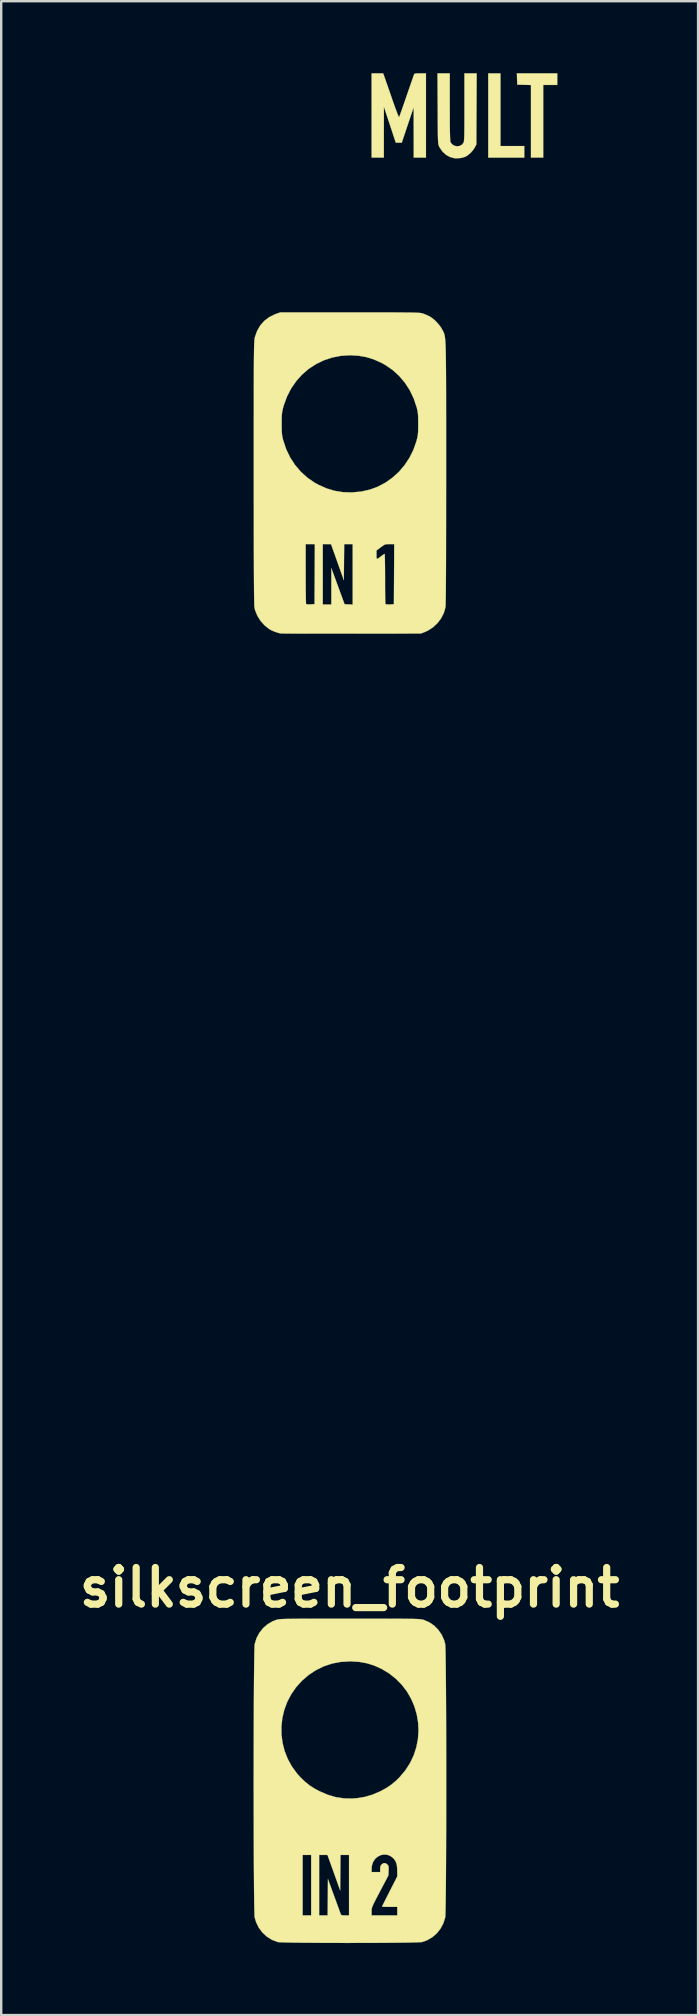
<source format=kicad_pcb>
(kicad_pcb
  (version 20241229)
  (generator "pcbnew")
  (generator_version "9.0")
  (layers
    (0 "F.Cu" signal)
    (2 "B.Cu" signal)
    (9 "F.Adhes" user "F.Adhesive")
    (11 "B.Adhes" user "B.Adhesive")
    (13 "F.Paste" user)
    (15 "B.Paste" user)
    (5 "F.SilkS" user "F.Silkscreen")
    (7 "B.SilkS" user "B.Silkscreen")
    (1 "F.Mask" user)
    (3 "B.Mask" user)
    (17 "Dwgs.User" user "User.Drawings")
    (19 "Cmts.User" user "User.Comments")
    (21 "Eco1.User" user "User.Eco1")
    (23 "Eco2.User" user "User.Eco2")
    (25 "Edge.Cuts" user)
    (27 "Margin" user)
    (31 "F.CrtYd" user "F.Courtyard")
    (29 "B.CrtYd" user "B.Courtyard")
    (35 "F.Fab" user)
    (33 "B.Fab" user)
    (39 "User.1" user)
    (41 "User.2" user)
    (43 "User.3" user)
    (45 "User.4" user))
  (footprint "silkscreen_footprint"
    (layer "F.Cu")
    (at 11.51 63.06)
    (property "Reference" "silkscreen_footprint" (at 0 0 0) (layer "F.SilkS") (effects (font (size 1.524 1.524) (thickness 0.3))))
    (attr through_hole)
    (fp_poly (pts (xy 6.28 -60.029) (xy 7.272 -60.029) (xy 7.272 -59.546) (xy 5.772 -59.546) (xy 5.772 -63.055) (xy 6.28 -63.055) (xy 6.28 -60.029)) (stroke (width 0.01) (type solid)) (fill yes) (layer "F.SilkS"))
    (fp_poly (pts (xy 8.645 -62.572) (xy 8.06 -62.572) (xy 8.06 -59.546) (xy 7.551 -59.546) (xy 7.551 -62.57) (xy 6.979 -62.585) (xy 6.972 -62.82) (xy 6.965 -63.055) (xy 8.645 -63.055) (xy 8.645 -62.572)) (stroke (width 0.01) (type solid)) (fill yes) (layer "F.SilkS"))
    (fp_poly (pts (xy 1.444 -62.922) (xy 1.464 -62.865) (xy 1.498 -62.768) (xy 1.544 -62.636) (xy 1.6 -62.476) (xy 1.662 -62.297) (xy 1.729 -62.104) (xy 1.767 -61.991) (xy 1.839 -61.787) (xy 1.903 -61.607) (xy 1.959 -61.458) (xy 2.004 -61.342) (xy 2.037 -61.265) (xy 2.057 -61.23) (xy 2.061 -61.229) (xy 2.073 -61.26) (xy 2.1 -61.334) (xy 2.139 -61.444) (xy 2.189 -61.585) (xy 2.247 -61.752) (xy 2.311 -61.938) (xy 2.372 -62.114) (xy 2.441 -62.314) (xy 2.505 -62.499) (xy 2.562 -62.664) (xy 2.611 -62.804) (xy 2.648 -62.912) (xy 2.673 -62.983) (xy 2.683 -63.011) (xy 2.698 -63.032) (xy 2.73 -63.045) (xy 2.789 -63.052) (xy 2.885 -63.055) (xy 2.939 -63.055) (xy 3.178 -63.055) (xy 3.178 -59.546) (xy 2.67 -59.546) (xy 2.666 -61.644) (xy 2.418 -60.907) (xy 2.17 -60.169) (xy 1.922 -60.169) (xy 1.674 -60.919) (xy 1.426 -61.669) (xy 1.425 -60.608) (xy 1.424 -59.546) (xy 0.915 -59.546) (xy 0.915 -63.055) (xy 1.395 -63.055) (xy 1.444 -62.922)) (stroke (width 0.01) (type solid)) (fill yes) (layer "F.SilkS"))
    (fp_poly (pts (xy 4.17 -61.65) (xy 4.171 -61.326) (xy 4.171 -61.05) (xy 4.173 -60.818) (xy 4.175 -60.627) (xy 4.179 -60.475) (xy 4.183 -60.358) (xy 4.188 -60.273) (xy 4.194 -60.217) (xy 4.201 -60.187) (xy 4.202 -60.184) (xy 4.273 -60.094) (xy 4.368 -60.038) (xy 4.475 -60.018) (xy 4.582 -60.033) (xy 4.676 -60.084) (xy 4.738 -60.156) (xy 4.747 -60.175) (xy 4.755 -60.203) (xy 4.761 -60.242) (xy 4.766 -60.296) (xy 4.771 -60.371) (xy 4.774 -60.47) (xy 4.776 -60.598) (xy 4.778 -60.757) (xy 4.779 -60.953) (xy 4.78 -61.189) (xy 4.78 -61.47) (xy 4.78 -61.642) (xy 4.78 -63.055) (xy 5.29 -63.055) (xy 5.283 -61.574) (xy 5.276 -60.093) (xy 5.208 -59.965) (xy 5.132 -59.85) (xy 5.031 -59.738) (xy 4.919 -59.643) (xy 4.813 -59.581) (xy 4.812 -59.58) (xy 4.639 -59.531) (xy 4.451 -59.517) (xy 4.357 -59.523) (xy 4.179 -59.571) (xy 4.015 -59.663) (xy 3.87 -59.795) (xy 3.754 -59.959) (xy 3.731 -60.002) (xy 3.719 -60.027) (xy 3.709 -60.053) (xy 3.7 -60.083) (xy 3.693 -60.121) (xy 3.687 -60.173) (xy 3.683 -60.241) (xy 3.679 -60.33) (xy 3.676 -60.445) (xy 3.673 -60.589) (xy 3.672 -60.766) (xy 3.67 -60.982) (xy 3.668 -61.239) (xy 3.667 -61.543) (xy 3.667 -61.587) (xy 3.659 -63.055) (xy 4.17 -63.055) (xy 4.17 -61.65)) (stroke (width 0.01) (type solid)) (fill yes) (layer "F.SilkS"))
    (fp_poly (pts (xy 0.459 -53.101) (xy 0.857 -53.101) (xy 1.21 -53.101) (xy 1.521 -53.1) (xy 1.793 -53.1) (xy 2.028 -53.099) (xy 2.23 -53.097) (xy 2.401 -53.096) (xy 2.544 -53.094) (xy 2.663 -53.091) (xy 2.759 -53.089) (xy 2.836 -53.085) (xy 2.897 -53.081) (xy 2.945 -53.076) (xy 2.982 -53.071) (xy 3.011 -53.065) (xy 3.036 -53.058) (xy 3.051 -53.053) (xy 3.159 -53.012) (xy 3.272 -52.963) (xy 3.318 -52.941) (xy 3.438 -52.864) (xy 3.567 -52.754) (xy 3.69 -52.624) (xy 3.795 -52.488) (xy 3.86 -52.376) (xy 3.878 -52.342) (xy 3.894 -52.311) (xy 3.909 -52.281) (xy 3.922 -52.251) (xy 3.935 -52.218) (xy 3.946 -52.181) (xy 3.956 -52.136) (xy 3.965 -52.083) (xy 3.973 -52.019) (xy 3.981 -51.942) (xy 3.987 -51.85) (xy 3.993 -51.741) (xy 3.998 -51.612) (xy 4.002 -51.463) (xy 4.005 -51.29) (xy 4.008 -51.092) (xy 4.01 -50.867) (xy 4.012 -50.612) (xy 4.014 -50.325) (xy 4.015 -50.005) (xy 4.016 -49.649) (xy 4.016 -49.256) (xy 4.017 -48.822) (xy 4.017 -48.347) (xy 4.017 -47.828) (xy 4.017 -47.263) (xy 4.017 -46.65) (xy 4.017 -46.412) (xy 4.017 -45.708) (xy 4.016 -45.053) (xy 4.016 -44.449) (xy 4.015 -43.893) (xy 4.014 -43.385) (xy 4.013 -42.926) (xy 4.012 -42.513) (xy 4.01 -42.147) (xy 4.008 -41.826) (xy 4.006 -41.551) (xy 4.004 -41.32) (xy 4.001 -41.134) (xy 3.998 -40.99) (xy 3.995 -40.89) (xy 3.992 -40.831) (xy 3.99 -40.819) (xy 3.922 -40.583) (xy 3.81 -40.362) (xy 3.659 -40.162) (xy 3.475 -39.99) (xy 3.263 -39.852) (xy 3.115 -39.785) (xy 2.962 -39.727) (xy 0.076 -39.724) (xy -0.304 -39.724) (xy -0.67 -39.724) (xy -1.02 -39.724) (xy -1.349 -39.724) (xy -1.655 -39.724) (xy -1.935 -39.725) (xy -2.184 -39.726) (xy -2.401 -39.726) (xy -2.58 -39.727) (xy -2.72 -39.729) (xy -2.817 -39.73) (xy -2.867 -39.731) (xy -2.873 -39.732) (xy -2.997 -39.762) (xy -3.135 -39.81) (xy -3.266 -39.867) (xy -3.356 -39.918) (xy -3.547 -40.072) (xy -3.712 -40.258) (xy -3.843 -40.468) (xy -3.934 -40.691) (xy -3.965 -40.819) (xy -3.968 -40.86) (xy -3.971 -40.943) (xy -3.974 -41.068) (xy -3.977 -41.237) (xy -3.98 -41.449) (xy -3.982 -41.705) (xy -3.984 -42.007) (xy -3.986 -42.354) (xy -3.987 -42.748) (xy -3.989 -43.188) (xy -3.989 -43.452) (xy -1.831 -43.452) (xy -1.831 -42.21) (xy -1.83 -41.964) (xy -1.829 -41.733) (xy -1.828 -41.522) (xy -1.825 -41.337) (xy -1.823 -41.183) (xy -1.82 -41.064) (xy -1.817 -40.985) (xy -1.813 -40.952) (xy -1.813 -40.951) (xy -1.78 -40.943) (xy -1.711 -40.939) (xy -1.628 -40.94) (xy -1.462 -40.948) (xy -1.455 -42.2) (xy -1.449 -43.452) (xy -1.119 -43.452) (xy -1.119 -40.935) (xy -0.763 -40.935) (xy -0.761 -42.448) (xy -0.486 -41.698) (xy -0.211 -40.948) (xy -0.042 -40.94) (xy 0.127 -40.933) (xy 0.127 -43.186) (xy 1.119 -43.186) (xy 1.119 -43) (xy 1.119 -42.908) (xy 1.125 -42.855) (xy 1.144 -42.838) (xy 1.185 -42.855) (xy 1.255 -42.905) (xy 1.312 -42.948) (xy 1.381 -42.999) (xy 1.434 -43.034) (xy 1.458 -43.045) (xy 1.462 -43.021) (xy 1.465 -42.951) (xy 1.468 -42.84) (xy 1.47 -42.695) (xy 1.472 -42.521) (xy 1.474 -42.322) (xy 1.475 -42.104) (xy 1.475 -42.007) (xy 1.475 -41.782) (xy 1.476 -41.573) (xy 1.478 -41.385) (xy 1.481 -41.224) (xy 1.484 -41.095) (xy 1.487 -41.005) (xy 1.491 -40.957) (xy 1.493 -40.951) (xy 1.526 -40.943) (xy 1.594 -40.939) (xy 1.677 -40.94) (xy 1.843 -40.948) (xy 1.85 -42.2) (xy 1.857 -43.452) (xy 1.665 -43.452) (xy 1.572 -43.451) (xy 1.506 -43.444) (xy 1.451 -43.425) (xy 1.39 -43.388) (xy 1.307 -43.327) (xy 1.296 -43.319) (xy 1.119 -43.186) (xy 0.127 -43.186) (xy 0.127 -43.452) (xy -0.228 -43.452) (xy -0.242 -41.951) (xy -0.775 -43.451) (xy -0.947 -43.452) (xy -1.119 -43.452) (xy -1.449 -43.452) (xy -1.831 -43.452) (xy -3.989 -43.452) (xy -3.99 -43.676) (xy -3.991 -44.212) (xy -3.991 -44.797) (xy -3.992 -45.431) (xy -3.992 -46.115) (xy -3.992 -46.427) (xy -3.992 -47.048) (xy -3.992 -47.62) (xy -3.992 -48.145) (xy -3.992 -48.461) (xy -2.831 -48.461) (xy -2.83 -48.292) (xy -2.827 -48.161) (xy -2.821 -48.058) (xy -2.81 -47.97) (xy -2.794 -47.885) (xy -2.771 -47.791) (xy -2.765 -47.77) (xy -2.642 -47.403) (xy -2.477 -47.06) (xy -2.272 -46.746) (xy -2.031 -46.463) (xy -1.756 -46.215) (xy -1.449 -46.004) (xy -1.308 -45.927) (xy -0.968 -45.775) (xy -0.625 -45.671) (xy -0.274 -45.614) (xy 0.09 -45.604) (xy 0.472 -45.639) (xy 0.496 -45.643) (xy 0.846 -45.722) (xy 1.181 -45.847) (xy 1.496 -46.015) (xy 1.788 -46.222) (xy 2.054 -46.465) (xy 2.289 -46.742) (xy 2.491 -47.047) (xy 2.656 -47.379) (xy 2.781 -47.734) (xy 2.79 -47.77) (xy 2.815 -47.867) (xy 2.833 -47.953) (xy 2.844 -48.039) (xy 2.852 -48.138) (xy 2.855 -48.262) (xy 2.856 -48.422) (xy 2.856 -48.461) (xy 2.855 -48.63) (xy 2.852 -48.76) (xy 2.846 -48.864) (xy 2.835 -48.952) (xy 2.819 -49.037) (xy 2.796 -49.13) (xy 2.79 -49.152) (xy 2.667 -49.52) (xy 2.502 -49.863) (xy 2.297 -50.178) (xy 2.056 -50.46) (xy 1.781 -50.709) (xy 1.473 -50.919) (xy 1.339 -50.993) (xy 1.018 -51.139) (xy 0.698 -51.239) (xy 0.367 -51.297) (xy 0.013 -51.316) (xy 0.013 -51.316) (xy -0.367 -51.292) (xy -0.732 -51.22) (xy -1.079 -51.104) (xy -1.404 -50.946) (xy -1.706 -50.748) (xy -1.979 -50.513) (xy -2.222 -50.242) (xy -2.432 -49.939) (xy -2.605 -49.606) (xy -2.739 -49.244) (xy -2.765 -49.152) (xy -2.79 -49.055) (xy -2.807 -48.969) (xy -2.819 -48.882) (xy -2.826 -48.783) (xy -2.83 -48.66) (xy -2.831 -48.499) (xy -2.831 -48.461) (xy -3.992 -48.461) (xy -3.992 -48.625) (xy -3.991 -49.063) (xy -3.991 -49.46) (xy -3.991 -49.819) (xy -3.99 -50.142) (xy -3.989 -50.43) (xy -3.988 -50.687) (xy -3.987 -50.913) (xy -3.986 -51.111) (xy -3.984 -51.283) (xy -3.982 -51.432) (xy -3.98 -51.558) (xy -3.978 -51.665) (xy -3.975 -51.755) (xy -3.972 -51.829) (xy -3.969 -51.889) (xy -3.965 -51.938) (xy -3.961 -51.978) (xy -3.957 -52.01) (xy -3.952 -52.037) (xy -3.947 -52.061) (xy -3.941 -52.082) (xy -3.852 -52.334) (xy -3.722 -52.557) (xy -3.554 -52.748) (xy -3.35 -52.903) (xy -3.112 -53.021) (xy -3.056 -53.042) (xy -2.886 -53.101) (xy 0.013 -53.101) (xy 0.459 -53.101)) (stroke (width 0.01) (type solid)) (fill yes) (layer "F.SilkS"))
    (fp_poly (pts (xy 0.459 1.297) (xy 0.858 1.297) (xy 1.211 1.297) (xy 1.522 1.297) (xy 1.794 1.298) (xy 2.03 1.299) (xy 2.232 1.3) (xy 2.404 1.302) (xy 2.548 1.304) (xy 2.668 1.306) (xy 2.765 1.309) (xy 2.844 1.312) (xy 2.907 1.316) (xy 2.957 1.321) (xy 2.996 1.326) (xy 3.028 1.333) (xy 3.056 1.339) (xy 3.082 1.347) (xy 3.31 1.443) (xy 3.514 1.581) (xy 3.689 1.756) (xy 3.831 1.961) (xy 3.935 2.191) (xy 3.979 2.352) (xy 3.983 2.399) (xy 3.988 2.495) (xy 3.992 2.635) (xy 3.996 2.818) (xy 3.999 3.04) (xy 4.002 3.298) (xy 4.005 3.59) (xy 4.008 3.913) (xy 4.011 4.263) (xy 4.013 4.639) (xy 4.015 5.037) (xy 4.017 5.453) (xy 4.018 5.887) (xy 4.019 6.333) (xy 4.02 6.79) (xy 4.021 7.255) (xy 4.021 7.725) (xy 4.021 8.197) (xy 4.021 8.667) (xy 4.02 9.134) (xy 4.02 9.594) (xy 4.019 10.045) (xy 4.017 10.483) (xy 4.016 10.906) (xy 4.014 11.311) (xy 4.012 11.695) (xy 4.01 12.055) (xy 4.007 12.388) (xy 4.004 12.691) (xy 4.001 12.961) (xy 3.998 13.197) (xy 3.994 13.394) (xy 3.99 13.549) (xy 3.986 13.661) (xy 3.981 13.726) (xy 3.98 13.737) (xy 3.903 13.981) (xy 3.785 14.204) (xy 3.63 14.399) (xy 3.442 14.562) (xy 3.227 14.687) (xy 3.022 14.761) (xy 2.975 14.766) (xy 2.881 14.772) (xy 2.745 14.776) (xy 2.57 14.781) (xy 2.359 14.785) (xy 2.118 14.788) (xy 1.851 14.791) (xy 1.56 14.793) (xy 1.251 14.795) (xy 0.927 14.797) (xy 0.592 14.798) (xy 0.251 14.798) (xy -0.094 14.799) (xy -0.437 14.798) (xy -0.775 14.797) (xy -1.103 14.796) (xy -1.419 14.794) (xy -1.717 14.792) (xy -1.994 14.79) (xy -2.246 14.786) (xy -2.469 14.783) (xy -2.658 14.779) (xy -2.81 14.774) (xy -2.921 14.769) (xy -2.987 14.764) (xy -3 14.761) (xy -3.236 14.67) (xy -3.449 14.536) (xy -3.633 14.366) (xy -3.784 14.165) (xy -3.895 13.937) (xy -3.954 13.737) (xy -3.959 13.69) (xy -3.963 13.595) (xy -3.967 13.454) (xy -3.971 13.272) (xy -3.975 13.05) (xy -3.978 12.791) (xy -3.981 12.499) (xy -3.983 12.177) (xy -3.986 11.826) (xy -3.988 11.451) (xy -3.99 11.136) (xy -1.958 11.136) (xy -1.958 13.653) (xy -1.602 13.653) (xy -1.602 11.136) (xy -1.271 11.136) (xy -1.271 13.653) (xy -0.916 13.653) (xy -0.909 12.897) (xy -0.903 12.141) (xy -0.639 12.865) (xy -0.572 13.048) (xy -0.511 13.215) (xy -0.457 13.362) (xy -0.414 13.482) (xy -0.382 13.568) (xy -0.365 13.615) (xy -0.363 13.622) (xy -0.328 13.642) (xy -0.247 13.652) (xy -0.188 13.653) (xy -0.025 13.653) (xy -0.025 11.701) (xy 0.915 11.701) (xy 0.915 11.848) (xy 1.271 11.848) (xy 1.271 11.72) (xy 1.277 11.63) (xy 1.3 11.57) (xy 1.334 11.529) (xy 1.409 11.477) (xy 1.483 11.475) (xy 1.56 11.524) (xy 1.567 11.532) (xy 1.6 11.569) (xy 1.619 11.607) (xy 1.626 11.662) (xy 1.625 11.746) (xy 1.623 11.793) (xy 1.614 11.988) (xy 1.265 12.651) (xy 1.165 12.842) (xy 1.086 12.993) (xy 1.026 13.111) (xy 0.982 13.202) (xy 0.951 13.273) (xy 0.932 13.328) (xy 0.921 13.375) (xy 0.916 13.419) (xy 0.915 13.466) (xy 0.915 13.484) (xy 0.915 13.653) (xy 1.983 13.653) (xy 1.983 13.297) (xy 1.665 13.297) (xy 1.545 13.297) (xy 1.445 13.295) (xy 1.377 13.291) (xy 1.348 13.288) (xy 1.348 13.287) (xy 1.359 13.263) (xy 1.39 13.199) (xy 1.439 13.101) (xy 1.501 12.977) (xy 1.576 12.83) (xy 1.658 12.668) (xy 1.665 12.654) (xy 1.983 12.031) (xy 1.983 11.824) (xy 1.977 11.65) (xy 1.956 11.515) (xy 1.916 11.407) (xy 1.856 11.314) (xy 1.82 11.275) (xy 1.698 11.179) (xy 1.565 11.128) (xy 1.428 11.117) (xy 1.294 11.144) (xy 1.17 11.206) (xy 1.063 11.299) (xy 0.981 11.42) (xy 0.929 11.565) (xy 0.915 11.701) (xy -0.025 11.701) (xy -0.025 11.136) (xy -0.381 11.136) (xy -0.387 11.875) (xy -0.394 12.614) (xy -0.658 11.875) (xy -0.923 11.136) (xy -1.271 11.136) (xy -1.602 11.136) (xy -1.958 11.136) (xy -3.99 11.136) (xy -3.99 11.053) (xy -3.992 10.636) (xy -3.993 10.203) (xy -3.994 9.757) (xy -3.995 9.3) (xy -3.995 8.835) (xy -3.996 8.365) (xy -3.996 7.893) (xy -3.995 7.423) (xy -3.995 6.956) (xy -3.994 6.496) (xy -3.993 6.045) (xy -3.992 5.777) (xy -2.841 5.777) (xy -2.838 6.125) (xy -2.793 6.472) (xy -2.706 6.812) (xy -2.575 7.141) (xy -2.402 7.456) (xy -2.184 7.753) (xy -2.061 7.89) (xy -1.864 8.081) (xy -1.667 8.24) (xy -1.451 8.378) (xy -1.259 8.48) (xy -0.915 8.628) (xy -0.576 8.728) (xy -0.235 8.78) (xy 0.117 8.786) (xy 0.322 8.77) (xy 0.639 8.717) (xy 0.945 8.626) (xy 1.256 8.494) (xy 1.284 8.48) (xy 1.527 8.348) (xy 1.737 8.207) (xy 1.932 8.043) (xy 2.087 7.89) (xy 2.325 7.605) (xy 2.519 7.301) (xy 2.67 6.981) (xy 2.778 6.649) (xy 2.844 6.309) (xy 2.868 5.966) (xy 2.852 5.623) (xy 2.795 5.285) (xy 2.699 4.956) (xy 2.564 4.639) (xy 2.392 4.339) (xy 2.181 4.06) (xy 1.934 3.806) (xy 1.651 3.581) (xy 1.334 3.389) (xy 1.027 3.25) (xy 0.718 3.153) (xy 0.395 3.095) (xy 0.046 3.074) (xy 0.012 3.074) (xy -0.373 3.097) (xy -0.74 3.167) (xy -1.088 3.285) (xy -1.42 3.45) (xy -1.705 3.64) (xy -1.989 3.884) (xy -2.232 4.155) (xy -2.436 4.45) (xy -2.599 4.763) (xy -2.721 5.092) (xy -2.802 5.431) (xy -2.841 5.777) (xy -3.992 5.777) (xy -3.992 5.607) (xy -3.99 5.184) (xy -3.988 4.779) (xy -3.986 4.395) (xy -3.984 4.035) (xy -3.981 3.702) (xy -3.978 3.399) (xy -3.975 3.128) (xy -3.971 2.893) (xy -3.968 2.696) (xy -3.964 2.54) (xy -3.96 2.428) (xy -3.955 2.363) (xy -3.953 2.352) (xy -3.878 2.108) (xy -3.76 1.886) (xy -3.606 1.691) (xy -3.42 1.529) (xy -3.207 1.405) (xy -3.057 1.347) (xy -3.03 1.339) (xy -3.002 1.333) (xy -2.97 1.326) (xy -2.931 1.321) (xy -2.881 1.316) (xy -2.818 1.312) (xy -2.739 1.309) (xy -2.641 1.306) (xy -2.522 1.304) (xy -2.377 1.302) (xy -2.205 1.3) (xy -2.003 1.299) (xy -1.767 1.298) (xy -1.494 1.297) (xy -1.183 1.297) (xy -0.829 1.297) (xy -0.43 1.297) (xy 0.013 1.297) (xy 0.459 1.297)) (stroke (width 0.01) (type solid)) (fill yes) (layer "F.SilkS")))
  (gr_rect
    (start -3 -3)
    (end 26.02 80.864)
    (stroke (width 0.1) (type default))
    (fill no)
    (layer "Edge.Cuts")))
</source>
